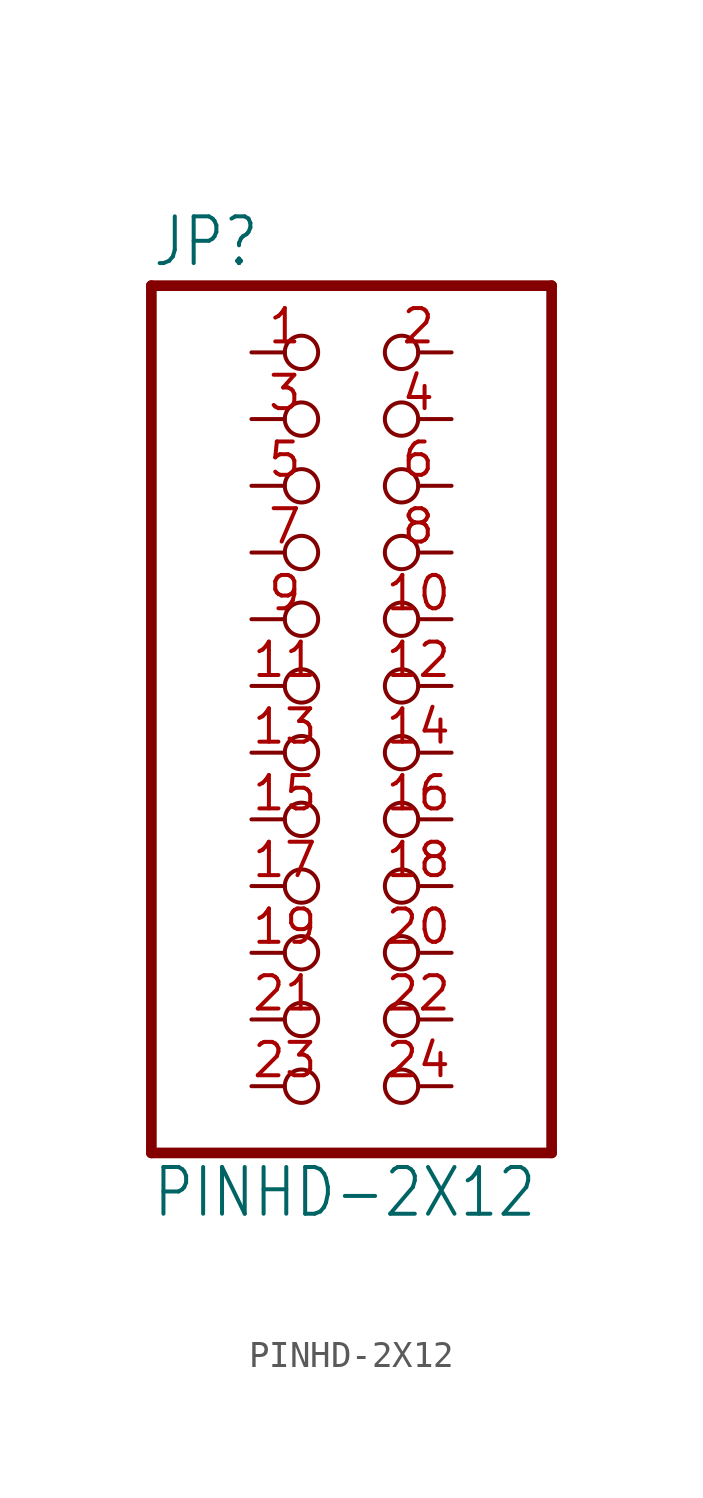
<source format=kicad_sym>
(kicad_symbol_lib
  (version 20211014)
  (generator kicad_symbol_editor)
  (symbol "PINHD-2X12"
    (property "Reference" "JP"
      (at -6.35 15.875 0)
      (effects (font (size 1.778 1.511)) (justify left bottom)))
    (property "Value" "PINHD-2X12"
      (at -6.35 -20.32 0)
      (effects (font (size 1.778 1.511)) (justify left bottom)))
    (property "ki_locked" ""
      (at 0 0 0)
      (effects (font (size 1.27 1.27))))
    (symbol "PINHD-2X12_1_0"
      (polyline (pts (xy -6.35 -17.78) (xy 8.89 -17.78)) (stroke (width 0.406) (type default) (color 0 0 0 0)) (fill (type none)))
      (polyline (pts (xy -6.35 15.24) (xy -6.35 -17.78)) (stroke (width 0.406) (type default) (color 0 0 0 0)) (fill (type none)))
      (polyline (pts (xy 8.89 -17.78) (xy 8.89 15.24)) (stroke (width 0.406) (type default) (color 0 0 0 0)) (fill (type none)))
      (polyline (pts (xy 8.89 15.24) (xy -6.35 15.24)) (stroke (width 0.406) (type default) (color 0 0 0 0)) (fill (type none)))
      (pin passive inverted (at -2.54 12.7 0) (length 2.54) (name "1" (effects (font (size 0 0)))) (number "1" (effects (font (size 1.27 1.27)))))
      (pin passive inverted (at 5.08 2.54 180) (length 2.54) (name "10" (effects (font (size 0 0)))) (number "10" (effects (font (size 1.27 1.27)))))
      (pin passive inverted (at -2.54 0 0) (length 2.54) (name "11" (effects (font (size 0 0)))) (number "11" (effects (font (size 1.27 1.27)))))
      (pin passive inverted (at 5.08 0 180) (length 2.54) (name "12" (effects (font (size 0 0)))) (number "12" (effects (font (size 1.27 1.27)))))
      (pin passive inverted (at -2.54 -2.54 0) (length 2.54) (name "13" (effects (font (size 0 0)))) (number "13" (effects (font (size 1.27 1.27)))))
      (pin passive inverted (at 5.08 -2.54 180) (length 2.54) (name "14" (effects (font (size 0 0)))) (number "14" (effects (font (size 1.27 1.27)))))
      (pin passive inverted (at -2.54 -5.08 0) (length 2.54) (name "15" (effects (font (size 0 0)))) (number "15" (effects (font (size 1.27 1.27)))))
      (pin passive inverted (at 5.08 -5.08 180) (length 2.54) (name "16" (effects (font (size 0 0)))) (number "16" (effects (font (size 1.27 1.27)))))
      (pin passive inverted (at -2.54 -7.62 0) (length 2.54) (name "17" (effects (font (size 0 0)))) (number "17" (effects (font (size 1.27 1.27)))))
      (pin passive inverted (at 5.08 -7.62 180) (length 2.54) (name "18" (effects (font (size 0 0)))) (number "18" (effects (font (size 1.27 1.27)))))
      (pin passive inverted (at -2.54 -10.16 0) (length 2.54) (name "19" (effects (font (size 0 0)))) (number "19" (effects (font (size 1.27 1.27)))))
      (pin passive inverted (at 5.08 12.7 180) (length 2.54) (name "2" (effects (font (size 0 0)))) (number "2" (effects (font (size 1.27 1.27)))))
      (pin passive inverted (at 5.08 -10.16 180) (length 2.54) (name "20" (effects (font (size 0 0)))) (number "20" (effects (font (size 1.27 1.27)))))
      (pin passive inverted (at -2.54 -12.7 0) (length 2.54) (name "21" (effects (font (size 0 0)))) (number "21" (effects (font (size 1.27 1.27)))))
      (pin passive inverted (at 5.08 -12.7 180) (length 2.54) (name "22" (effects (font (size 0 0)))) (number "22" (effects (font (size 1.27 1.27)))))
      (pin passive inverted (at -2.54 -15.24 0) (length 2.54) (name "23" (effects (font (size 0 0)))) (number "23" (effects (font (size 1.27 1.27)))))
      (pin passive inverted (at 5.08 -15.24 180) (length 2.54) (name "24" (effects (font (size 0 0)))) (number "24" (effects (font (size 1.27 1.27)))))
      (pin passive inverted (at -2.54 10.16 0) (length 2.54) (name "3" (effects (font (size 0 0)))) (number "3" (effects (font (size 1.27 1.27)))))
      (pin passive inverted (at 5.08 10.16 180) (length 2.54) (name "4" (effects (font (size 0 0)))) (number "4" (effects (font (size 1.27 1.27)))))
      (pin passive inverted (at -2.54 7.62 0) (length 2.54) (name "5" (effects (font (size 0 0)))) (number "5" (effects (font (size 1.27 1.27)))))
      (pin passive inverted (at 5.08 7.62 180) (length 2.54) (name "6" (effects (font (size 0 0)))) (number "6" (effects (font (size 1.27 1.27)))))
      (pin passive inverted (at -2.54 5.08 0) (length 2.54) (name "7" (effects (font (size 0 0)))) (number "7" (effects (font (size 1.27 1.27)))))
      (pin passive inverted (at 5.08 5.08 180) (length 2.54) (name "8" (effects (font (size 0 0)))) (number "8" (effects (font (size 1.27 1.27)))))
      (pin passive inverted (at -2.54 2.54 0) (length 2.54) (name "9" (effects (font (size 0 0)))) (number "9" (effects (font (size 1.27 1.27))))))))
</source>
